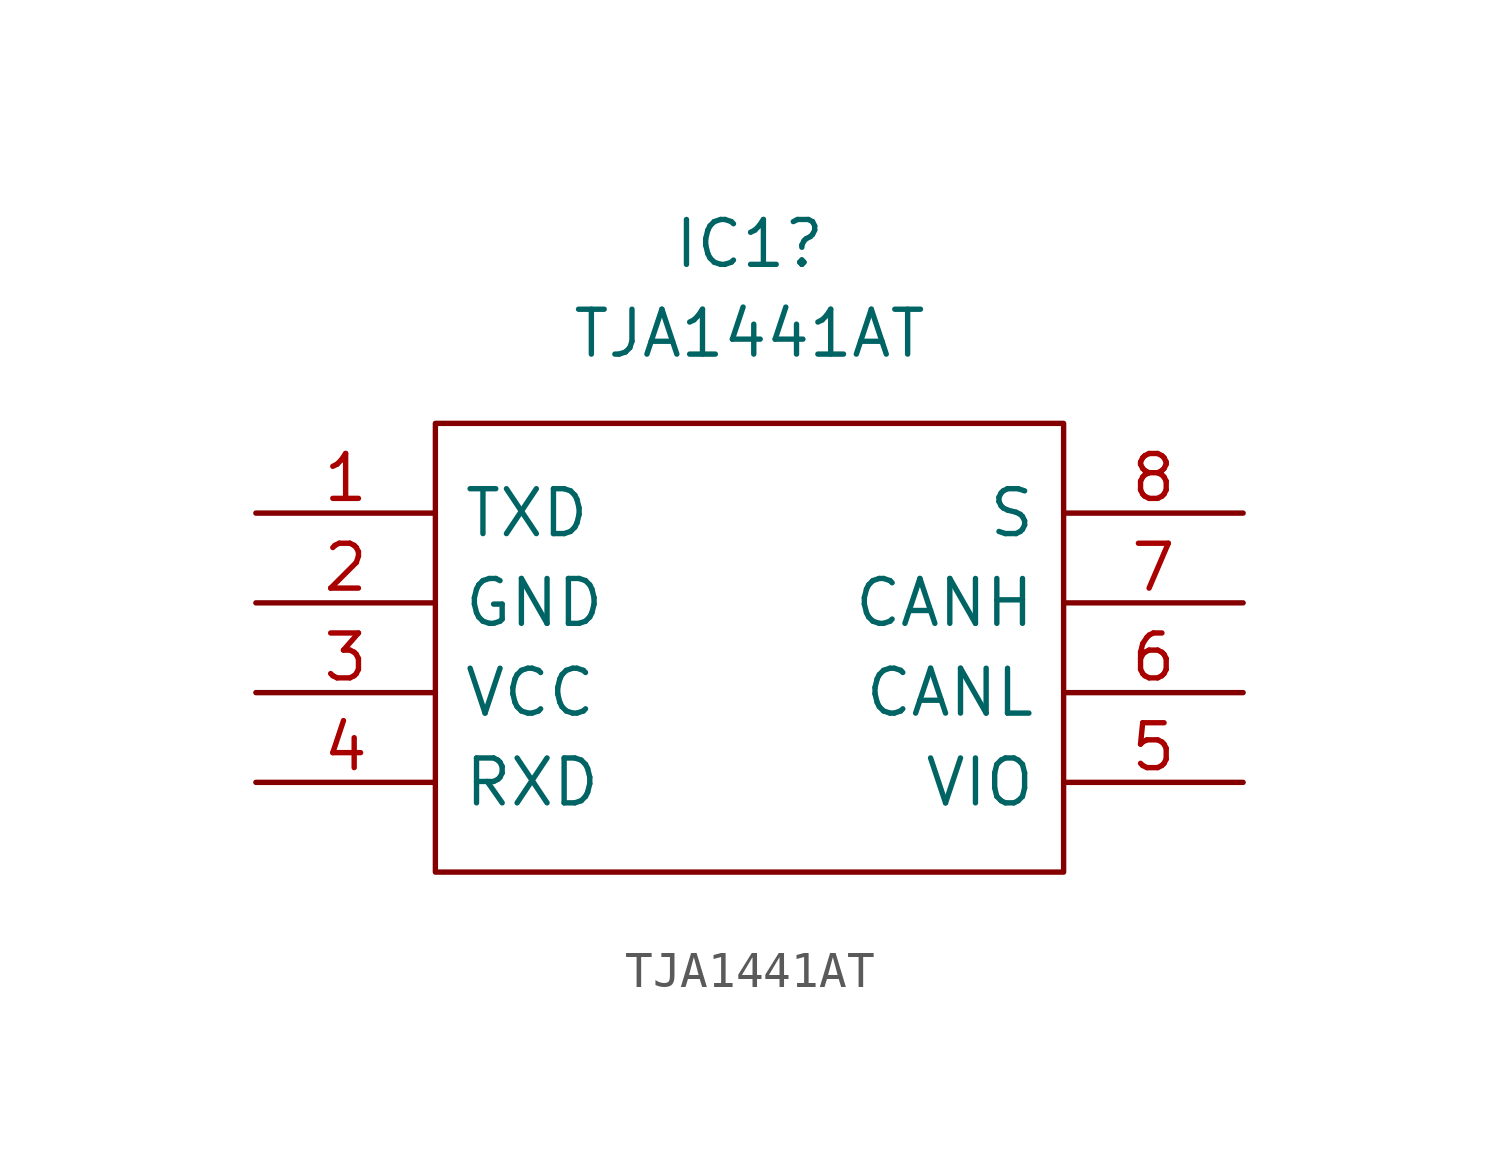
<source format=kicad_sym>
(kicad_symbol_lib
  (version 20231120)
  (generator "kicad_symbol_editor")
  (generator_version "8.0")
  (symbol "TJA1441AT"
    (pin_names
      (offset 0.762))
    (property "Reference" "IC1"
      (at 13.97 7.62 0)
      (effects (font (size 1.27 1.27))))
    (property "Value" "TJA1441AT"
      (at 13.97 5.08 0)
      (effects (font (size 1.27 1.27))))
    (symbol "TJA1441AT_0_0"
      (pin passive line (at 0 0 0) (length 5.08) (name "TXD" (effects (font (size 1.27 1.27)))) (number "1" (effects (font (size 1.27 1.27)))))
      (pin passive line (at 0 -2.54 0) (length 5.08) (name "GND" (effects (font (size 1.27 1.27)))) (number "2" (effects (font (size 1.27 1.27)))))
      (pin passive line (at 0 -5.08 0) (length 5.08) (name "VCC" (effects (font (size 1.27 1.27)))) (number "3" (effects (font (size 1.27 1.27)))))
      (pin passive line (at 0 -7.62 0) (length 5.08) (name "RXD" (effects (font (size 1.27 1.27)))) (number "4" (effects (font (size 1.27 1.27)))))
      (pin passive line (at 27.94 -5.08 180) (length 5.08) (name "CANL" (effects (font (size 1.27 1.27)))) (number "6" (effects (font (size 1.27 1.27)))))
      (pin passive line (at 27.94 -2.54 180) (length 5.08) (name "CANH" (effects (font (size 1.27 1.27)))) (number "7" (effects (font (size 1.27 1.27)))))
      (pin passive line (at 27.94 0 180) (length 5.08) (name "S" (effects (font (size 1.27 1.27)))) (number "8" (effects (font (size 1.27 1.27))))))
    (symbol "TJA1441AT_0_1"
      (polyline (pts (xy 5.08 2.54) (xy 22.86 2.54) (xy 22.86 -10.16) (xy 5.08 -10.16) (xy 5.08 2.54)) (stroke (width 0.152) (type solid)) (fill (type none))))
    (symbol "TJA1441AT_1_0"
      (pin passive line (at 27.94 -7.62 180) (length 5.08) (name "VIO" (effects (font (size 1.27 1.27)))) (number "5" (effects (font (size 1.27 1.27))))))))
</source>
